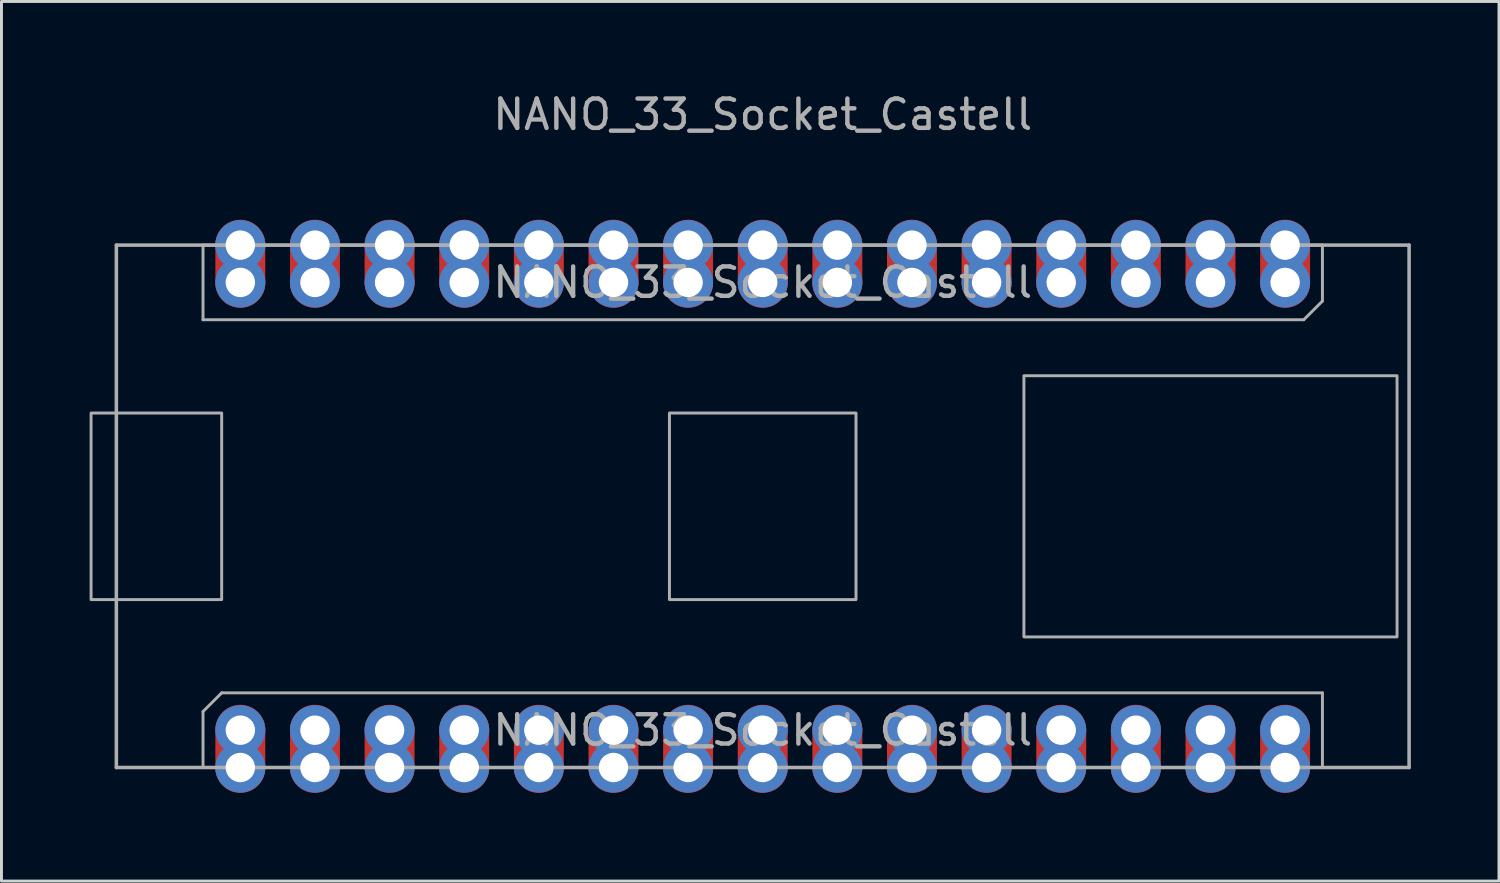
<source format=kicad_pcb>
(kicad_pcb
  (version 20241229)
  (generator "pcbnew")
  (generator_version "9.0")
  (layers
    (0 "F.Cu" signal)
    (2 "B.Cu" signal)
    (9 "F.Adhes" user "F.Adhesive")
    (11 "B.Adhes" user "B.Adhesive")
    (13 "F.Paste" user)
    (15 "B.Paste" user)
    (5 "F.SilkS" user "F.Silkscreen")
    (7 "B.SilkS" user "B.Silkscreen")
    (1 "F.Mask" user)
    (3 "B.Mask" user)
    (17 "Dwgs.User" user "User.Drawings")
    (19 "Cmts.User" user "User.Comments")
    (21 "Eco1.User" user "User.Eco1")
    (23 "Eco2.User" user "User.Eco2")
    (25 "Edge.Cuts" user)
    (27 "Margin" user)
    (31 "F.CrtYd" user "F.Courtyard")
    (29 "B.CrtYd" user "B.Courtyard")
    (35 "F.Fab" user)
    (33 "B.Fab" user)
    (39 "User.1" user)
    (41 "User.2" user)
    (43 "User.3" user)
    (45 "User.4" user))
  (footprint "NANO_33_Socket_Castell"
    (layer "F.Cu")
    (at 22.91 14.183)
    (property "Reference" "NANO_33_Socket_Castell" (at 0 -13.335 0) (layer "F.Fab") (effects (font (size 1 1) (thickness 0.15))))
    (attr through_hole)
    (fp_line (start -22 -8.89) (end 22 -8.89) (stroke (width 0.12) (type solid)) (layer "F.Fab"))
    (fp_line (start -22 8.89) (end -22 -8.89) (stroke (width 0.12) (type solid)) (layer "F.Fab"))
    (fp_line (start -22 8.89) (end 22 8.89) (stroke (width 0.12) (type solid)) (layer "F.Fab"))
    (fp_line (start -19.05 -8.89) (end 19.05 -8.89) (stroke (width 0.1) (type solid)) (layer "F.Fab"))
    (fp_line (start -19.05 -6.35) (end -19.05 -8.89) (stroke (width 0.1) (type solid)) (layer "F.Fab"))
    (fp_line (start -19.05 6.985) (end -18.415 6.35) (stroke (width 0.1) (type solid)) (layer "F.Fab"))
    (fp_line (start -19.05 8.89) (end -19.05 6.985) (stroke (width 0.1) (type solid)) (layer "F.Fab"))
    (fp_line (start -18.415 6.35) (end 19.05 6.35) (stroke (width 0.1) (type solid)) (layer "F.Fab"))
    (fp_line (start 18.415 -6.35) (end -19.05 -6.35) (stroke (width 0.1) (type solid)) (layer "F.Fab"))
    (fp_line (start 19.05 -8.89) (end 19.05 -6.985) (stroke (width 0.1) (type solid)) (layer "F.Fab"))
    (fp_line (start 19.05 -6.985) (end 18.415 -6.35) (stroke (width 0.1) (type solid)) (layer "F.Fab"))
    (fp_line (start 19.05 6.35) (end 19.05 8.89) (stroke (width 0.1) (type solid)) (layer "F.Fab"))
    (fp_line (start 19.05 8.89) (end -19.05 8.89) (stroke (width 0.1) (type solid)) (layer "F.Fab"))
    (fp_line (start 22 8.89) (end 22 -8.89) (stroke (width 0.12) (type solid)) (layer "F.Fab"))
    (fp_poly (pts (xy -22.86 3.175) (xy -18.415 3.175) (xy -18.415 -3.175) (xy -22.86 -3.175)) (stroke (width 0.1) (type solid)) (fill no) (layer "F.Fab"))
    (fp_poly (pts (xy -3.175 3.175) (xy 3.175 3.175) (xy 3.175 -3.175) (xy -3.175 -3.175)) (stroke (width 0.1) (type solid)) (fill no) (layer "F.Fab"))
    (fp_poly (pts (xy 8.89 4.445) (xy 21.59 4.445) (xy 21.59 -4.445) (xy 8.89 -4.445)) (stroke (width 0.1) (type solid)) (fill no) (layer "F.Fab"))
    (fp_text user "${REFERENCE}" (at 0 7.62 180) (layer "F.Fab") (effects (font (size 1 1) (thickness 0.15))))
    (fp_text user "${REFERENCE}" (at 0 -7.62 0) (layer "F.Fab") (effects (font (size 1 1) (thickness 0.15))))
    (pad "1" thru_hole circle (at -17.78 7.62 90) (size 1.7 1.7) (drill 1) (layers "*.Cu" "*.Mask"))
    (pad "1" smd oval (at -17.78 8.255 90) (size 3 1.7) (layers "F.Cu" "F.Mask"))
    (pad "1" thru_hole circle (at -17.78 8.89 90) (size 1.7 1.7) (drill 1) (layers "*.Cu" "*.Mask"))
    (pad "2" thru_hole oval (at -15.24 7.62 90) (size 1.7 1.7) (drill 1) (layers "*.Cu" "*.Mask"))
    (pad "2" smd oval (at -15.24 8.255 90) (size 3 1.7) (layers "F.Cu" "F.Mask"))
    (pad "2" thru_hole circle (at -15.24 8.89 90) (size 1.7 1.7) (drill 1) (layers "*.Cu" "*.Mask"))
    (pad "3" thru_hole oval (at -12.7 7.62 90) (size 1.7 1.7) (drill 1) (layers "*.Cu" "*.Mask"))
    (pad "3" smd oval (at -12.7 8.255 90) (size 3 1.7) (layers "F.Cu" "F.Mask"))
    (pad "3" thru_hole circle (at -12.7 8.89 90) (size 1.7 1.7) (drill 1) (layers "*.Cu" "*.Mask"))
    (pad "4" thru_hole oval (at -10.16 7.62 90) (size 1.7 1.7) (drill 1) (layers "*.Cu" "*.Mask"))
    (pad "4" smd oval (at -10.16 8.255 90) (size 3 1.7) (layers "F.Cu" "F.Mask"))
    (pad "4" thru_hole circle (at -10.16 8.89 90) (size 1.7 1.7) (drill 1) (layers "*.Cu" "*.Mask"))
    (pad "5" thru_hole oval (at -7.62 7.62 90) (size 1.7 1.7) (drill 1) (layers "*.Cu" "*.Mask"))
    (pad "5" smd oval (at -7.62 8.255 90) (size 3 1.7) (layers "F.Cu" "F.Mask"))
    (pad "5" thru_hole circle (at -7.62 8.89 90) (size 1.7 1.7) (drill 1) (layers "*.Cu" "*.Mask"))
    (pad "6" thru_hole oval (at -5.08 7.62 90) (size 1.7 1.7) (drill 1) (layers "*.Cu" "*.Mask"))
    (pad "6" smd oval (at -5.08 8.255 90) (size 3 1.7) (layers "F.Cu" "F.Mask"))
    (pad "6" thru_hole circle (at -5.08 8.89 90) (size 1.7 1.7) (drill 1) (layers "*.Cu" "*.Mask"))
    (pad "7" thru_hole oval (at -2.54 7.62 90) (size 1.7 1.7) (drill 1) (layers "*.Cu" "*.Mask"))
    (pad "7" smd oval (at -2.54 8.255 90) (size 3 1.7) (layers "F.Cu" "F.Mask"))
    (pad "7" thru_hole circle (at -2.54 8.89 90) (size 1.7 1.7) (drill 1) (layers "*.Cu" "*.Mask"))
    (pad "8" thru_hole oval (at 0 7.62 90) (size 1.7 1.7) (drill 1) (layers "*.Cu" "*.Mask"))
    (pad "8" smd oval (at 0 8.255 90) (size 3 1.7) (layers "F.Cu" "F.Mask"))
    (pad "8" thru_hole circle (at 0 8.89 90) (size 1.7 1.7) (drill 1) (layers "*.Cu" "*.Mask"))
    (pad "9" thru_hole oval (at 2.54 7.62 90) (size 1.7 1.7) (drill 1) (layers "*.Cu" "*.Mask"))
    (pad "9" smd oval (at 2.54 8.255 90) (size 3 1.7) (layers "F.Cu" "F.Mask"))
    (pad "9" thru_hole circle (at 2.54 8.89 90) (size 1.7 1.7) (drill 1) (layers "*.Cu" "*.Mask"))
    (pad "10" thru_hole oval (at 5.08 7.62 90) (size 1.7 1.7) (drill 1) (layers "*.Cu" "*.Mask"))
    (pad "10" smd oval (at 5.08 8.255 90) (size 3 1.7) (layers "F.Cu" "F.Mask"))
    (pad "10" thru_hole circle (at 5.08 8.89 90) (size 1.7 1.7) (drill 1) (layers "*.Cu" "*.Mask"))
    (pad "11" thru_hole oval (at 7.62 7.62 90) (size 1.7 1.7) (drill 1) (layers "*.Cu" "*.Mask"))
    (pad "11" smd oval (at 7.62 8.255 90) (size 3 1.7) (layers "F.Cu" "F.Mask"))
    (pad "11" thru_hole circle (at 7.62 8.89 90) (size 1.7 1.7) (drill 1) (layers "*.Cu" "*.Mask"))
    (pad "12" thru_hole oval (at 10.16 7.62 90) (size 1.7 1.7) (drill 1) (layers "*.Cu" "*.Mask"))
    (pad "12" smd oval (at 10.16 8.255 90) (size 3 1.7) (layers "F.Cu" "F.Mask"))
    (pad "12" thru_hole circle (at 10.16 8.89 90) (size 1.7 1.7) (drill 1) (layers "*.Cu" "*.Mask"))
    (pad "13" thru_hole oval (at 12.7 7.62 90) (size 1.7 1.7) (drill 1) (layers "*.Cu" "*.Mask"))
    (pad "13" smd oval (at 12.7 8.255 90) (size 3 1.7) (layers "F.Cu" "F.Mask"))
    (pad "13" thru_hole circle (at 12.7 8.89 90) (size 1.7 1.7) (drill 1) (layers "*.Cu" "*.Mask"))
    (pad "14" thru_hole oval (at 15.24 7.62 90) (size 1.7 1.7) (drill 1) (layers "*.Cu" "*.Mask"))
    (pad "14" smd oval (at 15.24 8.255 90) (size 3 1.7) (layers "F.Cu" "F.Mask"))
    (pad "14" thru_hole circle (at 15.24 8.89 90) (size 1.7 1.7) (drill 1) (layers "*.Cu" "*.Mask"))
    (pad "15" thru_hole oval (at 17.78 7.62 90) (size 1.7 1.7) (drill 1) (layers "*.Cu" "*.Mask"))
    (pad "15" smd oval (at 17.78 8.255 90) (size 3 1.7) (layers "F.Cu" "F.Mask"))
    (pad "15" thru_hole circle (at 17.78 8.89 90) (size 1.7 1.7) (drill 1) (layers "*.Cu" "*.Mask"))
    (pad "16" thru_hole circle (at 17.78 -8.89 270) (size 1.7 1.7) (drill 1) (layers "*.Cu" "*.Mask"))
    (pad "16" smd oval (at 17.78 -8.255 270) (size 3 1.7) (layers "F.Cu" "F.Mask"))
    (pad "16" thru_hole circle (at 17.78 -7.62 270) (size 1.7 1.7) (drill 1) (layers "*.Cu" "*.Mask"))
    (pad "17" thru_hole circle (at 15.24 -8.89 270) (size 1.7 1.7) (drill 1) (layers "*.Cu" "*.Mask"))
    (pad "17" smd oval (at 15.24 -8.255 270) (size 3 1.7) (layers "F.Cu" "F.Mask"))
    (pad "17" thru_hole oval (at 15.24 -7.62 270) (size 1.7 1.7) (drill 1) (layers "*.Cu" "*.Mask"))
    (pad "18" thru_hole circle (at 12.7 -8.89 270) (size 1.7 1.7) (drill 1) (layers "*.Cu" "*.Mask"))
    (pad "18" smd oval (at 12.7 -8.255 270) (size 3 1.7) (layers "F.Cu" "F.Mask"))
    (pad "18" thru_hole oval (at 12.7 -7.62 270) (size 1.7 1.7) (drill 1) (layers "*.Cu" "*.Mask"))
    (pad "19" thru_hole circle (at 10.16 -8.89 270) (size 1.7 1.7) (drill 1) (layers "*.Cu" "*.Mask"))
    (pad "19" smd oval (at 10.16 -8.255 270) (size 3 1.7) (layers "F.Cu" "F.Mask"))
    (pad "19" thru_hole oval (at 10.16 -7.62 270) (size 1.7 1.7) (drill 1) (layers "*.Cu" "*.Mask"))
    (pad "20" thru_hole circle (at 7.62 -8.89 270) (size 1.7 1.7) (drill 1) (layers "*.Cu" "*.Mask"))
    (pad "20" smd oval (at 7.62 -8.255 270) (size 3 1.7) (layers "F.Cu" "F.Mask"))
    (pad "20" thru_hole oval (at 7.62 -7.62 270) (size 1.7 1.7) (drill 1) (layers "*.Cu" "*.Mask"))
    (pad "21" thru_hole circle (at 5.08 -8.89 270) (size 1.7 1.7) (drill 1) (layers "*.Cu" "*.Mask"))
    (pad "21" smd oval (at 5.08 -8.255 270) (size 3 1.7) (layers "F.Cu" "F.Mask"))
    (pad "21" thru_hole oval (at 5.08 -7.62 270) (size 1.7 1.7) (drill 1) (layers "*.Cu" "*.Mask"))
    (pad "22" thru_hole circle (at 2.54 -8.89 270) (size 1.7 1.7) (drill 1) (layers "*.Cu" "*.Mask"))
    (pad "22" smd oval (at 2.54 -8.255 270) (size 3 1.7) (layers "F.Cu" "F.Mask"))
    (pad "22" thru_hole oval (at 2.54 -7.62 270) (size 1.7 1.7) (drill 1) (layers "*.Cu" "*.Mask"))
    (pad "23" thru_hole circle (at 0 -8.89 270) (size 1.7 1.7) (drill 1) (layers "*.Cu" "*.Mask"))
    (pad "23" smd oval (at 0 -8.255 270) (size 3 1.7) (layers "F.Cu" "F.Mask"))
    (pad "23" thru_hole oval (at 0 -7.62 270) (size 1.7 1.7) (drill 1) (layers "*.Cu" "*.Mask"))
    (pad "24" thru_hole circle (at -2.54 -8.89 270) (size 1.7 1.7) (drill 1) (layers "*.Cu" "*.Mask"))
    (pad "24" smd oval (at -2.54 -8.255 270) (size 3 1.7) (layers "F.Cu" "F.Mask"))
    (pad "24" thru_hole oval (at -2.54 -7.62 270) (size 1.7 1.7) (drill 1) (layers "*.Cu" "*.Mask"))
    (pad "25" thru_hole circle (at -5.08 -8.89 270) (size 1.7 1.7) (drill 1) (layers "*.Cu" "*.Mask"))
    (pad "25" smd oval (at -5.08 -8.255 270) (size 3 1.7) (layers "F.Cu" "F.Mask"))
    (pad "25" thru_hole oval (at -5.08 -7.62 270) (size 1.7 1.7) (drill 1) (layers "*.Cu" "*.Mask"))
    (pad "26" thru_hole circle (at -7.62 -8.89 270) (size 1.7 1.7) (drill 1) (layers "*.Cu" "*.Mask"))
    (pad "26" smd oval (at -7.62 -8.255 270) (size 3 1.7) (layers "F.Cu" "F.Mask"))
    (pad "26" thru_hole oval (at -7.62 -7.62 270) (size 1.7 1.7) (drill 1) (layers "*.Cu" "*.Mask"))
    (pad "27" thru_hole circle (at -10.16 -8.89 270) (size 1.7 1.7) (drill 1) (layers "*.Cu" "*.Mask"))
    (pad "27" smd oval (at -10.16 -8.255 270) (size 3 1.7) (layers "F.Cu" "F.Mask"))
    (pad "27" thru_hole oval (at -10.16 -7.62 270) (size 1.7 1.7) (drill 1) (layers "*.Cu" "*.Mask"))
    (pad "28" thru_hole circle (at -12.7 -8.89 270) (size 1.7 1.7) (drill 1) (layers "*.Cu" "*.Mask"))
    (pad "28" smd oval (at -12.7 -8.255 270) (size 3 1.7) (layers "F.Cu" "F.Mask"))
    (pad "28" thru_hole oval (at -12.7 -7.62 270) (size 1.7 1.7) (drill 1) (layers "*.Cu" "*.Mask"))
    (pad "29" thru_hole circle (at -15.24 -8.89 270) (size 1.7 1.7) (drill 1) (layers "*.Cu" "*.Mask"))
    (pad "29" smd oval (at -15.24 -8.255 270) (size 3 1.7) (layers "F.Cu" "F.Mask"))
    (pad "29" thru_hole oval (at -15.24 -7.62 270) (size 1.7 1.7) (drill 1) (layers "*.Cu" "*.Mask"))
    (pad "30" thru_hole circle (at -17.78 -8.89 270) (size 1.7 1.7) (drill 1) (layers "*.Cu" "*.Mask"))
    (pad "30" smd oval (at -17.78 -8.255 270) (size 3 1.7) (layers "F.Cu" "F.Mask"))
    (pad "30" thru_hole oval (at -17.78 -7.62 270) (size 1.7 1.7) (drill 1) (layers "*.Cu" "*.Mask")))
  (gr_rect
    (start -3 -3)
    (end 47.97 26.938)
    (stroke (width 0.1) (type default))
    (fill no)
    (layer "Edge.Cuts")))
</source>
